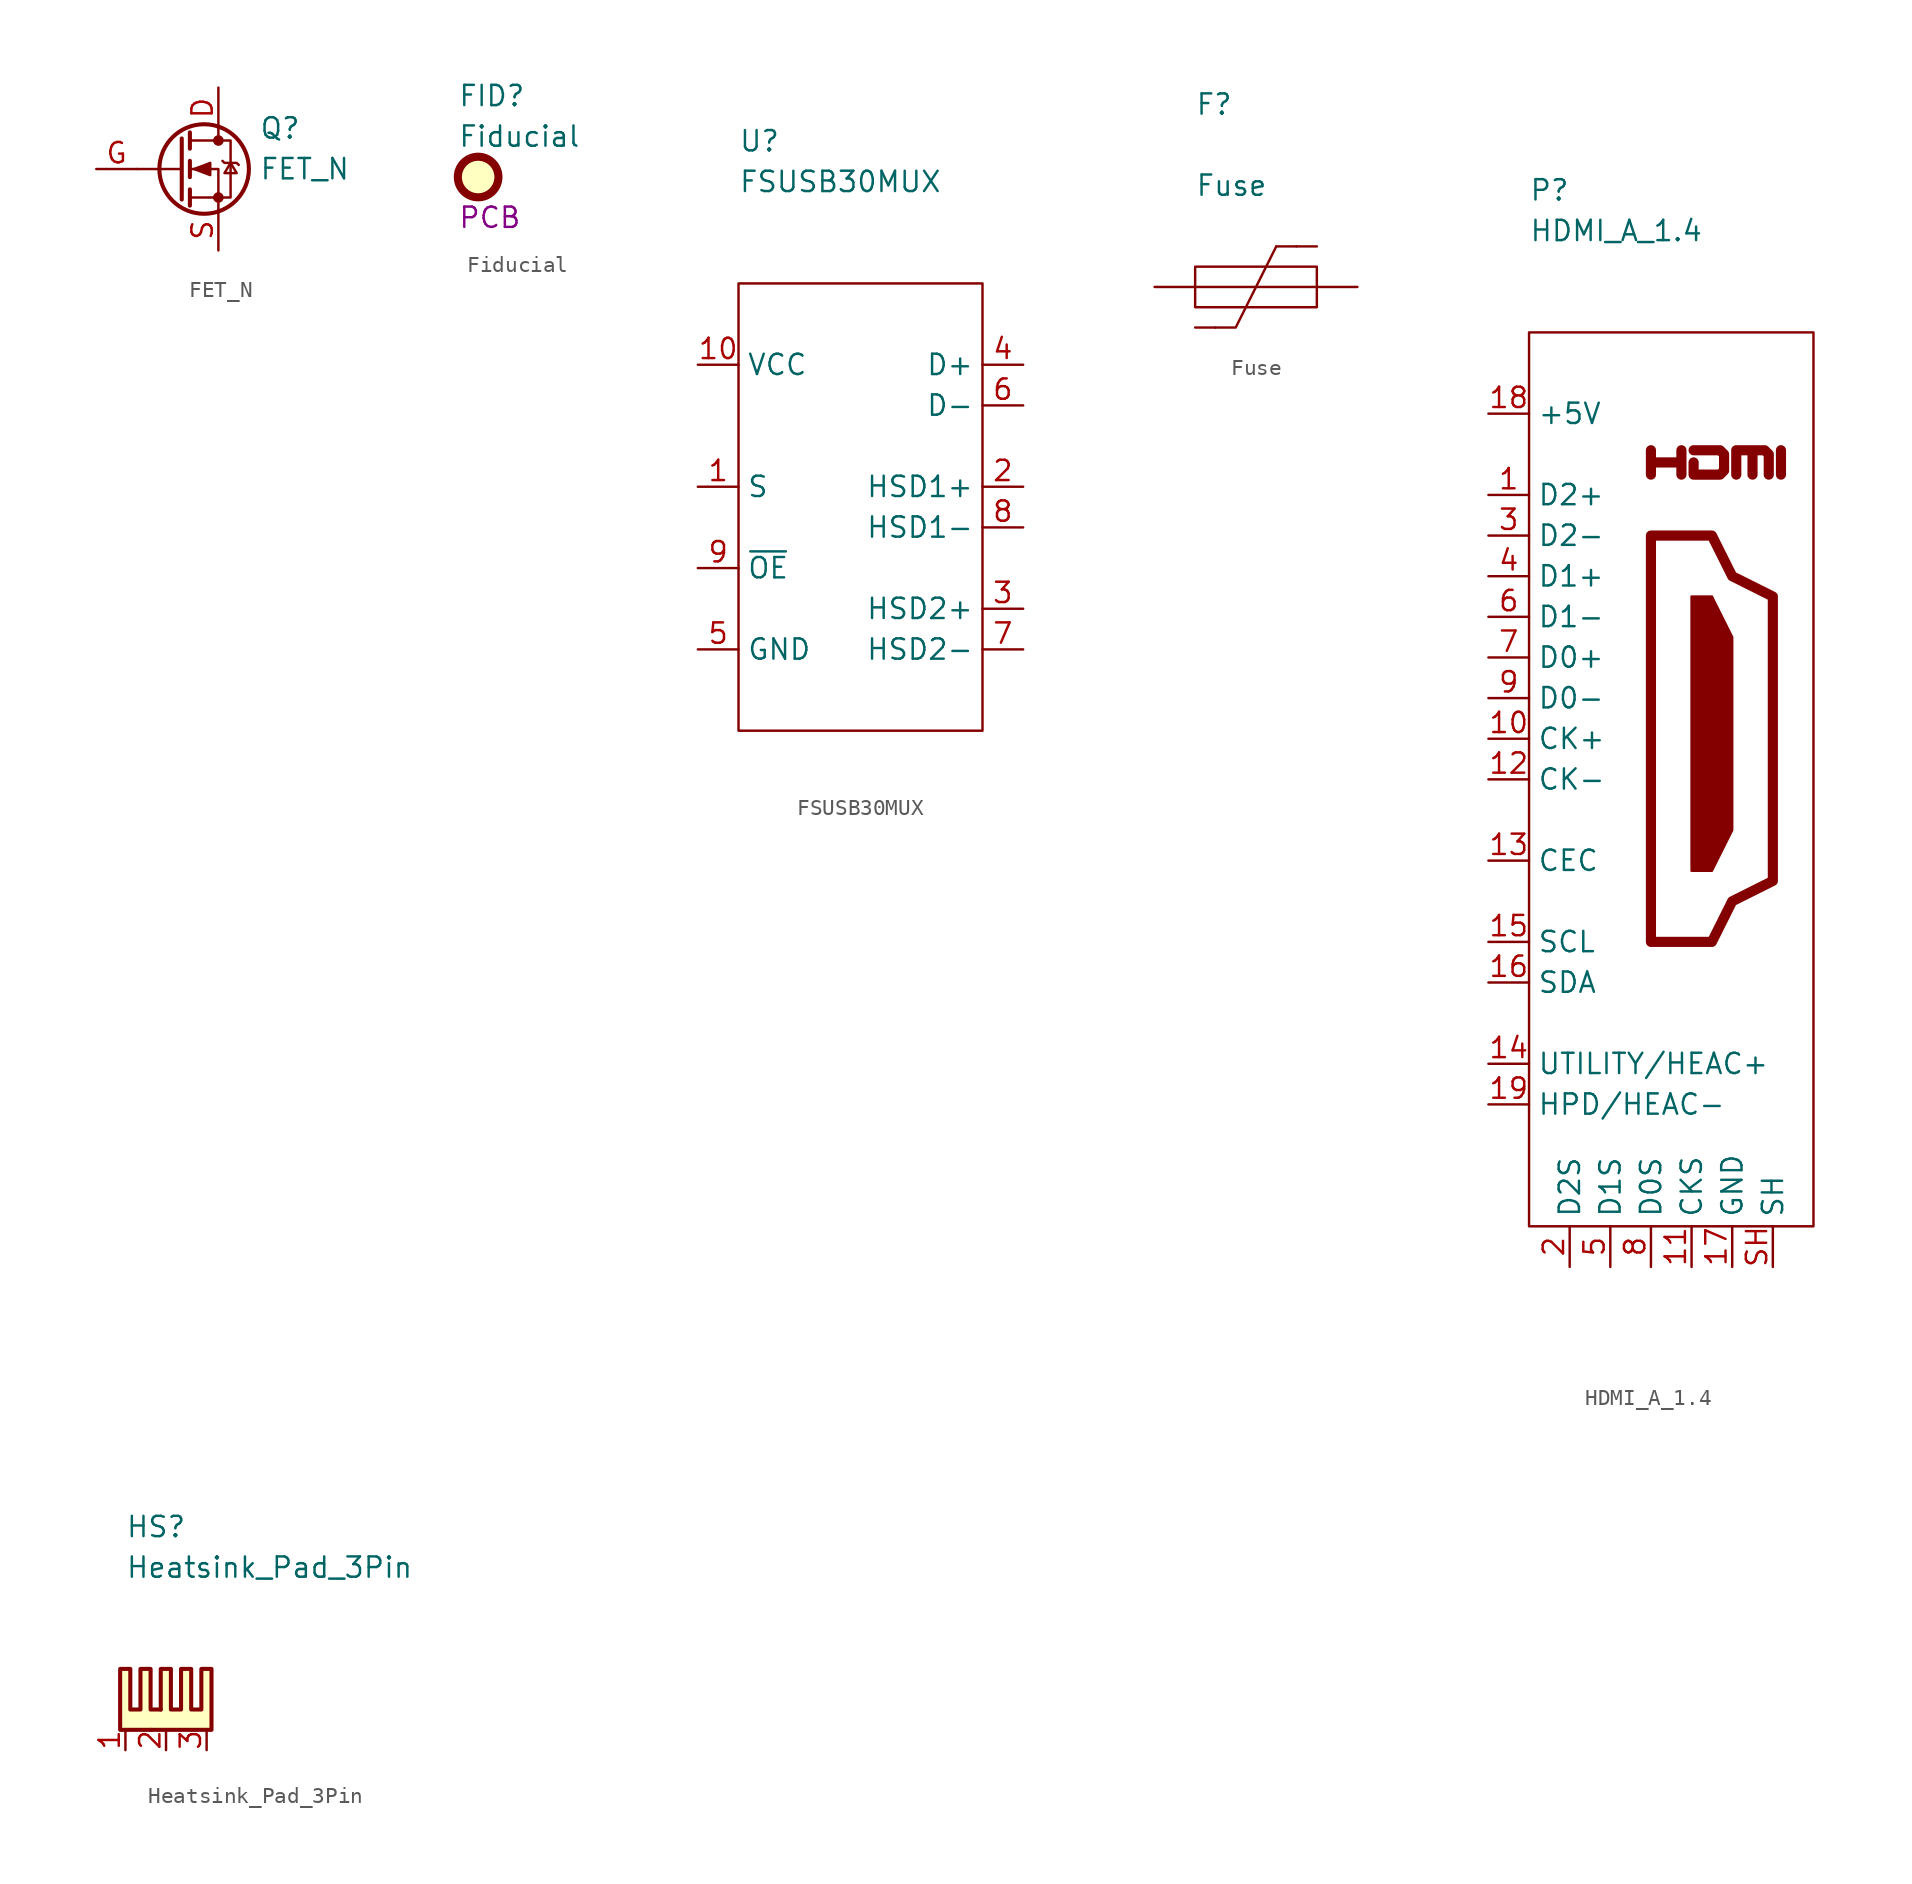
<source format=kicad_sym>
(kicad_symbol_lib
  (version 20211014)
  (generator kicad_symbol_editor)
  (symbol "FET_N"
    (pin_names hide)
    (property "Reference" "Q"
      (at 5.08 2.54 0)
      (effects (font (size 1.27 1.27)) (justify left)))
    (property "Value" "FET_N"
      (at 5.08 0 0)
      (effects (font (size 1.27 1.27)) (justify left)))
    (symbol "FET_N_0_1"
      (polyline (pts (xy 0.254 0) (xy -2.54 0)) (stroke (width 0) (type default) (color 0 0 0 0)) (fill (type none)))
      (polyline (pts (xy 0.254 1.905) (xy 0.254 -1.905)) (stroke (width 0.254) (type default) (color 0 0 0 0)) (fill (type none)))
      (polyline (pts (xy 0.762 -1.27) (xy 0.762 -2.286)) (stroke (width 0.254) (type default) (color 0 0 0 0)) (fill (type none)))
      (polyline (pts (xy 0.762 0.508) (xy 0.762 -0.508)) (stroke (width 0.254) (type default) (color 0 0 0 0)) (fill (type none)))
      (polyline (pts (xy 0.762 2.286) (xy 0.762 1.27)) (stroke (width 0.254) (type default) (color 0 0 0 0)) (fill (type none)))
      (polyline (pts (xy 2.54 2.54) (xy 2.54 1.778)) (stroke (width 0) (type default) (color 0 0 0 0)) (fill (type none)))
      (polyline (pts (xy 2.54 -2.54) (xy 2.54 0) (xy 0.762 0)) (stroke (width 0) (type default) (color 0 0 0 0)) (fill (type none)))
      (polyline (pts (xy 0.762 -1.778) (xy 3.302 -1.778) (xy 3.302 1.778) (xy 0.762 1.778)) (stroke (width 0) (type default) (color 0 0 0 0)) (fill (type none)))
      (polyline (pts (xy 1.016 0) (xy 2.032 0.381) (xy 2.032 -0.381) (xy 1.016 0)) (stroke (width 0) (type default) (color 0 0 0 0)) (fill (type outline)))
      (polyline (pts (xy 2.794 0.508) (xy 2.921 0.381) (xy 3.683 0.381) (xy 3.81 0.254)) (stroke (width 0) (type default) (color 0 0 0 0)) (fill (type none)))
      (polyline (pts (xy 3.302 0.381) (xy 2.921 -0.254) (xy 3.683 -0.254) (xy 3.302 0.381)) (stroke (width 0) (type default) (color 0 0 0 0)) (fill (type none)))
      (circle (center 1.651 0) (radius 2.794) (stroke (width 0.254) (type default) (color 0 0 0 0)) (fill (type none)))
      (circle (center 2.54 -1.778) (radius 0.254) (stroke (width 0) (type default) (color 0 0 0 0)) (fill (type outline)))
      (circle (center 2.54 1.778) (radius 0.254) (stroke (width 0) (type default) (color 0 0 0 0)) (fill (type outline))))
    (symbol "FET_N_1_1"
      (pin passive line (at 2.54 5.08 270) (length 2.54) (name "D" (effects (font (size 1.27 1.27)))) (number "D" (effects (font (size 1.27 1.27)))))
      (pin input line (at -5.08 0 0) (length 2.54) (name "G" (effects (font (size 1.27 1.27)))) (number "G" (effects (font (size 1.27 1.27)))))
      (pin passive line (at 2.54 -5.08 90) (length 2.54) (name "S" (effects (font (size 1.27 1.27)))) (number "S" (effects (font (size 1.27 1.27)))))))
  (symbol "Fiducial"
    (property "Reference" "FID"
      (at -1.27 5.08 0)
      (effects (font (size 1.27 1.27)) (justify left)))
    (property "Value" "Fiducial"
      (at -1.27 2.54 0)
      (effects (font (size 1.27 1.27)) (justify left)))
    (property "Category" "PCB"
      (at -1.27 -2.54 0)
      (effects (font (size 1.27 1.27)) (justify left)))
    (symbol "Fiducial_0_1"
      (circle (center 0 0) (radius 1.27) (stroke (width 0.508) (type default) (color 0 0 0 0)) (fill (type background)))))
  (symbol "FSUSB30MUX"
    (property "Reference" "U"
      (at 0 8.89 0)
      (effects (font (size 1.27 1.27)) (justify left)))
    (property "Value" "FSUSB30MUX"
      (at 0 6.35 0)
      (effects (font (size 1.27 1.27)) (justify left)))
    (symbol "FSUSB30MUX_0_1"
      (rectangle (start 0 0) (end 15.24 -27.94) (stroke (width 0.152) (type default) (color 0 0 0 0)) (fill (type none))))
    (symbol "FSUSB30MUX_1_1"
      (pin passive line (at -2.54 -12.7 0) (length 2.54) (name "S" (effects (font (size 1.27 1.27)))) (number "1" (effects (font (size 1.27 1.27)))))
      (pin passive line (at -2.54 -5.08 0) (length 2.54) (name "VCC" (effects (font (size 1.27 1.27)))) (number "10" (effects (font (size 1.27 1.27)))))
      (pin passive line (at 17.78 -12.7 180) (length 2.54) (name "HSD1+" (effects (font (size 1.27 1.27)))) (number "2" (effects (font (size 1.27 1.27)))))
      (pin passive line (at 17.78 -20.32 180) (length 2.54) (name "HSD2+" (effects (font (size 1.27 1.27)))) (number "3" (effects (font (size 1.27 1.27)))))
      (pin passive line (at 17.78 -5.08 180) (length 2.54) (name "D+" (effects (font (size 1.27 1.27)))) (number "4" (effects (font (size 1.27 1.27)))))
      (pin passive line (at -2.54 -22.86 0) (length 2.54) (name "GND" (effects (font (size 1.27 1.27)))) (number "5" (effects (font (size 1.27 1.27)))))
      (pin passive line (at 17.78 -7.62 180) (length 2.54) (name "D-" (effects (font (size 1.27 1.27)))) (number "6" (effects (font (size 1.27 1.27)))))
      (pin passive line (at 17.78 -22.86 180) (length 2.54) (name "HSD2-" (effects (font (size 1.27 1.27)))) (number "7" (effects (font (size 1.27 1.27)))))
      (pin passive line (at 17.78 -15.24 180) (length 2.54) (name "HSD1-" (effects (font (size 1.27 1.27)))) (number "8" (effects (font (size 1.27 1.27)))))
      (pin passive line (at -2.54 -17.78 0) (length 2.54) (name "~{OE}" (effects (font (size 1.27 1.27)))) (number "9" (effects (font (size 1.27 1.27)))))))
  (symbol "Fuse"
    (pin_numbers hide)
    (pin_names
      (offset 0))
    (property "Reference" "F"
      (at 0 11.43 0)
      (effects (font (size 1.27 1.27)) (justify left)))
    (property "Value" "Fuse"
      (at 0 6.35 0)
      (effects (font (size 1.27 1.27)) (justify left)))
    (symbol "Fuse_0_1"
      (polyline (pts (xy 0 -2.54) (xy 1.27 -2.54)) (stroke (width 0.152) (type default) (color 0 0 0 0)) (fill (type none)))
      (polyline (pts (xy 0 0) (xy 7.62 0)) (stroke (width 0.152) (type default) (color 0 0 0 0)) (fill (type none)))
      (polyline (pts (xy 6.35 2.54) (xy 5.08 2.54)) (stroke (width 0.152) (type default) (color 0 0 0 0)) (fill (type none)))
      (polyline (pts (xy 7.62 2.54) (xy 6.35 2.54)) (stroke (width 0.152) (type default) (color 0 0 0 0)) (fill (type none)))
      (polyline (pts (xy 5.08 2.54) (xy 2.54 -2.54) (xy 1.27 -2.54)) (stroke (width 0.152) (type default) (color 0 0 0 0)) (fill (type none)))
      (rectangle (start 0 1.27) (end 7.62 -1.27) (stroke (width 0.152) (type default) (color 0 0 0 0)) (fill (type none))))
    (symbol "Fuse_1_1"
      (pin passive line (at -2.54 0 0) (length 2.54) (name "~" (effects (font (size 1.27 1.27)))) (number "1" (effects (font (size 1.27 1.27)))))
      (pin passive line (at 10.16 0 180) (length 2.54) (name "~" (effects (font (size 1.27 1.27)))) (number "2" (effects (font (size 1.27 1.27)))))))
  (symbol "HDMI_A_1.4"
    (property "Reference" "P"
      (at 0 8.89 0)
      (effects (font (size 1.27 1.27)) (justify left)))
    (property "Value" "HDMI_A_1.4"
      (at 0 6.35 0)
      (effects (font (size 1.27 1.27)) (justify left)))
    (symbol "HDMI_A_1.4_0_0"
      (polyline (pts (xy 15.748 -8.89) (xy 15.748 -7.366)) (stroke (width 0.635) (type default) (color 0 0 0 0)) (fill (type none)))
      (polyline (pts (xy 7.62 -8.89) (xy 7.62 -7.366) (xy 7.62 -8.128) (xy 9.525 -8.128) (xy 9.525 -7.366) (xy 9.525 -8.89)) (stroke (width 0.635) (type default) (color 0 0 0 0)) (fill (type none)))
      (polyline (pts (xy 10.287 -7.366) (xy 11.938 -7.366) (xy 12.192 -7.62) (xy 12.192 -8.636) (xy 11.938 -8.89) (xy 10.287 -8.89) (xy 10.287 -8.128)) (stroke (width 0.635) (type default) (color 0 0 0 0)) (fill (type none))))
    (symbol "HDMI_A_1.4_0_1"
      (polyline (pts (xy 10.16 -16.51) (xy 11.43 -16.51) (xy 12.7 -19.05) (xy 12.7 -31.115) (xy 11.43 -33.655) (xy 10.16 -33.655) (xy 10.16 -16.51)) (stroke (width 0) (type default) (color 0 0 0 0)) (fill (type outline)))
      (polyline (pts (xy 12.954 -8.89) (xy 12.954 -7.366) (xy 13.97 -7.366) (xy 13.97 -8.89) (xy 13.97 -7.366) (xy 14.732 -7.366) (xy 14.986 -7.62) (xy 14.986 -8.89)) (stroke (width 0.635) (type default) (color 0 0 0 0)) (fill (type none)))
      (polyline (pts (xy 7.62 -12.7) (xy 7.62 -38.1) (xy 11.43 -38.1) (xy 12.7 -35.56) (xy 15.24 -34.29) (xy 15.24 -16.51) (xy 12.7 -15.24) (xy 11.43 -12.7) (xy 7.62 -12.7)) (stroke (width 0.635) (type default) (color 0 0 0 0)) (fill (type none)))
      (rectangle (start 0 0) (end 17.78 -55.88) (stroke (width 0.152) (type default) (color 0 0 0 0)) (fill (type none))))
    (symbol "HDMI_A_1.4_1_1"
      (pin passive line (at -2.54 -10.16 0) (length 2.54) (name "D2+" (effects (font (size 1.27 1.27)))) (number "1" (effects (font (size 1.27 1.27)))))
      (pin passive line (at -2.54 -25.4 0) (length 2.54) (name "CK+" (effects (font (size 1.27 1.27)))) (number "10" (effects (font (size 1.27 1.27)))))
      (pin passive line (at 10.16 -58.42 90) (length 2.54) (name "CKS" (effects (font (size 1.27 1.27)))) (number "11" (effects (font (size 1.27 1.27)))))
      (pin passive line (at -2.54 -27.94 0) (length 2.54) (name "CK-" (effects (font (size 1.27 1.27)))) (number "12" (effects (font (size 1.27 1.27)))))
      (pin passive line (at -2.54 -33.02 0) (length 2.54) (name "CEC" (effects (font (size 1.27 1.27)))) (number "13" (effects (font (size 1.27 1.27)))))
      (pin passive line (at -2.54 -45.72 0) (length 2.54) (name "UTILITY/HEAC+" (effects (font (size 1.27 1.27)))) (number "14" (effects (font (size 1.27 1.27)))))
      (pin passive line (at -2.54 -38.1 0) (length 2.54) (name "SCL" (effects (font (size 1.27 1.27)))) (number "15" (effects (font (size 1.27 1.27)))))
      (pin passive line (at -2.54 -40.64 0) (length 2.54) (name "SDA" (effects (font (size 1.27 1.27)))) (number "16" (effects (font (size 1.27 1.27)))))
      (pin passive line (at 12.7 -58.42 90) (length 2.54) (name "GND" (effects (font (size 1.27 1.27)))) (number "17" (effects (font (size 1.27 1.27)))))
      (pin passive line (at -2.54 -5.08 0) (length 2.54) (name "+5V" (effects (font (size 1.27 1.27)))) (number "18" (effects (font (size 1.27 1.27)))))
      (pin passive line (at -2.54 -48.26 0) (length 2.54) (name "HPD/HEAC-" (effects (font (size 1.27 1.27)))) (number "19" (effects (font (size 1.27 1.27)))))
      (pin passive line (at 2.54 -58.42 90) (length 2.54) (name "D2S" (effects (font (size 1.27 1.27)))) (number "2" (effects (font (size 1.27 1.27)))))
      (pin passive line (at -2.54 -12.7 0) (length 2.54) (name "D2-" (effects (font (size 1.27 1.27)))) (number "3" (effects (font (size 1.27 1.27)))))
      (pin passive line (at -2.54 -15.24 0) (length 2.54) (name "D1+" (effects (font (size 1.27 1.27)))) (number "4" (effects (font (size 1.27 1.27)))))
      (pin passive line (at 5.08 -58.42 90) (length 2.54) (name "D1S" (effects (font (size 1.27 1.27)))) (number "5" (effects (font (size 1.27 1.27)))))
      (pin passive line (at -2.54 -17.78 0) (length 2.54) (name "D1-" (effects (font (size 1.27 1.27)))) (number "6" (effects (font (size 1.27 1.27)))))
      (pin passive line (at -2.54 -20.32 0) (length 2.54) (name "D0+" (effects (font (size 1.27 1.27)))) (number "7" (effects (font (size 1.27 1.27)))))
      (pin passive line (at 7.62 -58.42 90) (length 2.54) (name "D0S" (effects (font (size 1.27 1.27)))) (number "8" (effects (font (size 1.27 1.27)))))
      (pin passive line (at -2.54 -22.86 0) (length 2.54) (name "D0-" (effects (font (size 1.27 1.27)))) (number "9" (effects (font (size 1.27 1.27)))))
      (pin passive line (at 15.24 -58.42 90) (length 2.54) (name "SH" (effects (font (size 1.27 1.27)))) (number "SH" (effects (font (size 1.27 1.27)))))))
  (symbol "Heatsink_Pad_3Pin"
    (pin_names
      (offset 0))
    (property "Reference" "HS"
      (at -2.54 11.43 0)
      (effects (font (size 1.27 1.27)) (justify left)))
    (property "Value" "Heatsink_Pad_3Pin"
      (at -2.54 8.89 0)
      (effects (font (size 1.27 1.27)) (justify left)))
    (symbol "Heatsink_Pad_3Pin_0_1"
      (polyline (pts (xy -0.33 0) (xy -0.965 0) (xy -0.965 2.54) (xy -1.6 2.54) (xy -1.6 0) (xy -2.235 0) (xy -2.235 2.54) (xy -2.87 2.54) (xy -2.87 -1.27) (xy -0.965 -1.27)) (stroke (width 0.254) (type default) (color 0 0 0 0)) (fill (type background)))
      (polyline (pts (xy -0.33 0) (xy -0.33 2.54) (xy 0.305 2.54) (xy 0.305 0) (xy 0.94 0) (xy 0.94 2.54) (xy 1.575 2.54) (xy 1.575 0) (xy 2.21 0) (xy 2.21 2.54) (xy 2.845 2.54) (xy 2.845 -1.27) (xy -0.965 -1.27)) (stroke (width 0.254) (type default) (color 0 0 0 0)) (fill (type background))))
    (symbol "Heatsink_Pad_3Pin_1_1"
      (pin passive line (at -2.54 -2.54 90) (length 1.27) (name "~" (effects (font (size 1.27 1.27)))) (number "1" (effects (font (size 1.27 1.27)))))
      (pin passive line (at 0 -2.54 90) (length 1.27) (name "~" (effects (font (size 1.27 1.27)))) (number "2" (effects (font (size 1.27 1.27)))))
      (pin passive line (at 2.54 -2.54 90) (length 1.27) (name "~" (effects (font (size 1.27 1.27)))) (number "3" (effects (font (size 1.27 1.27))))))))
</source>
